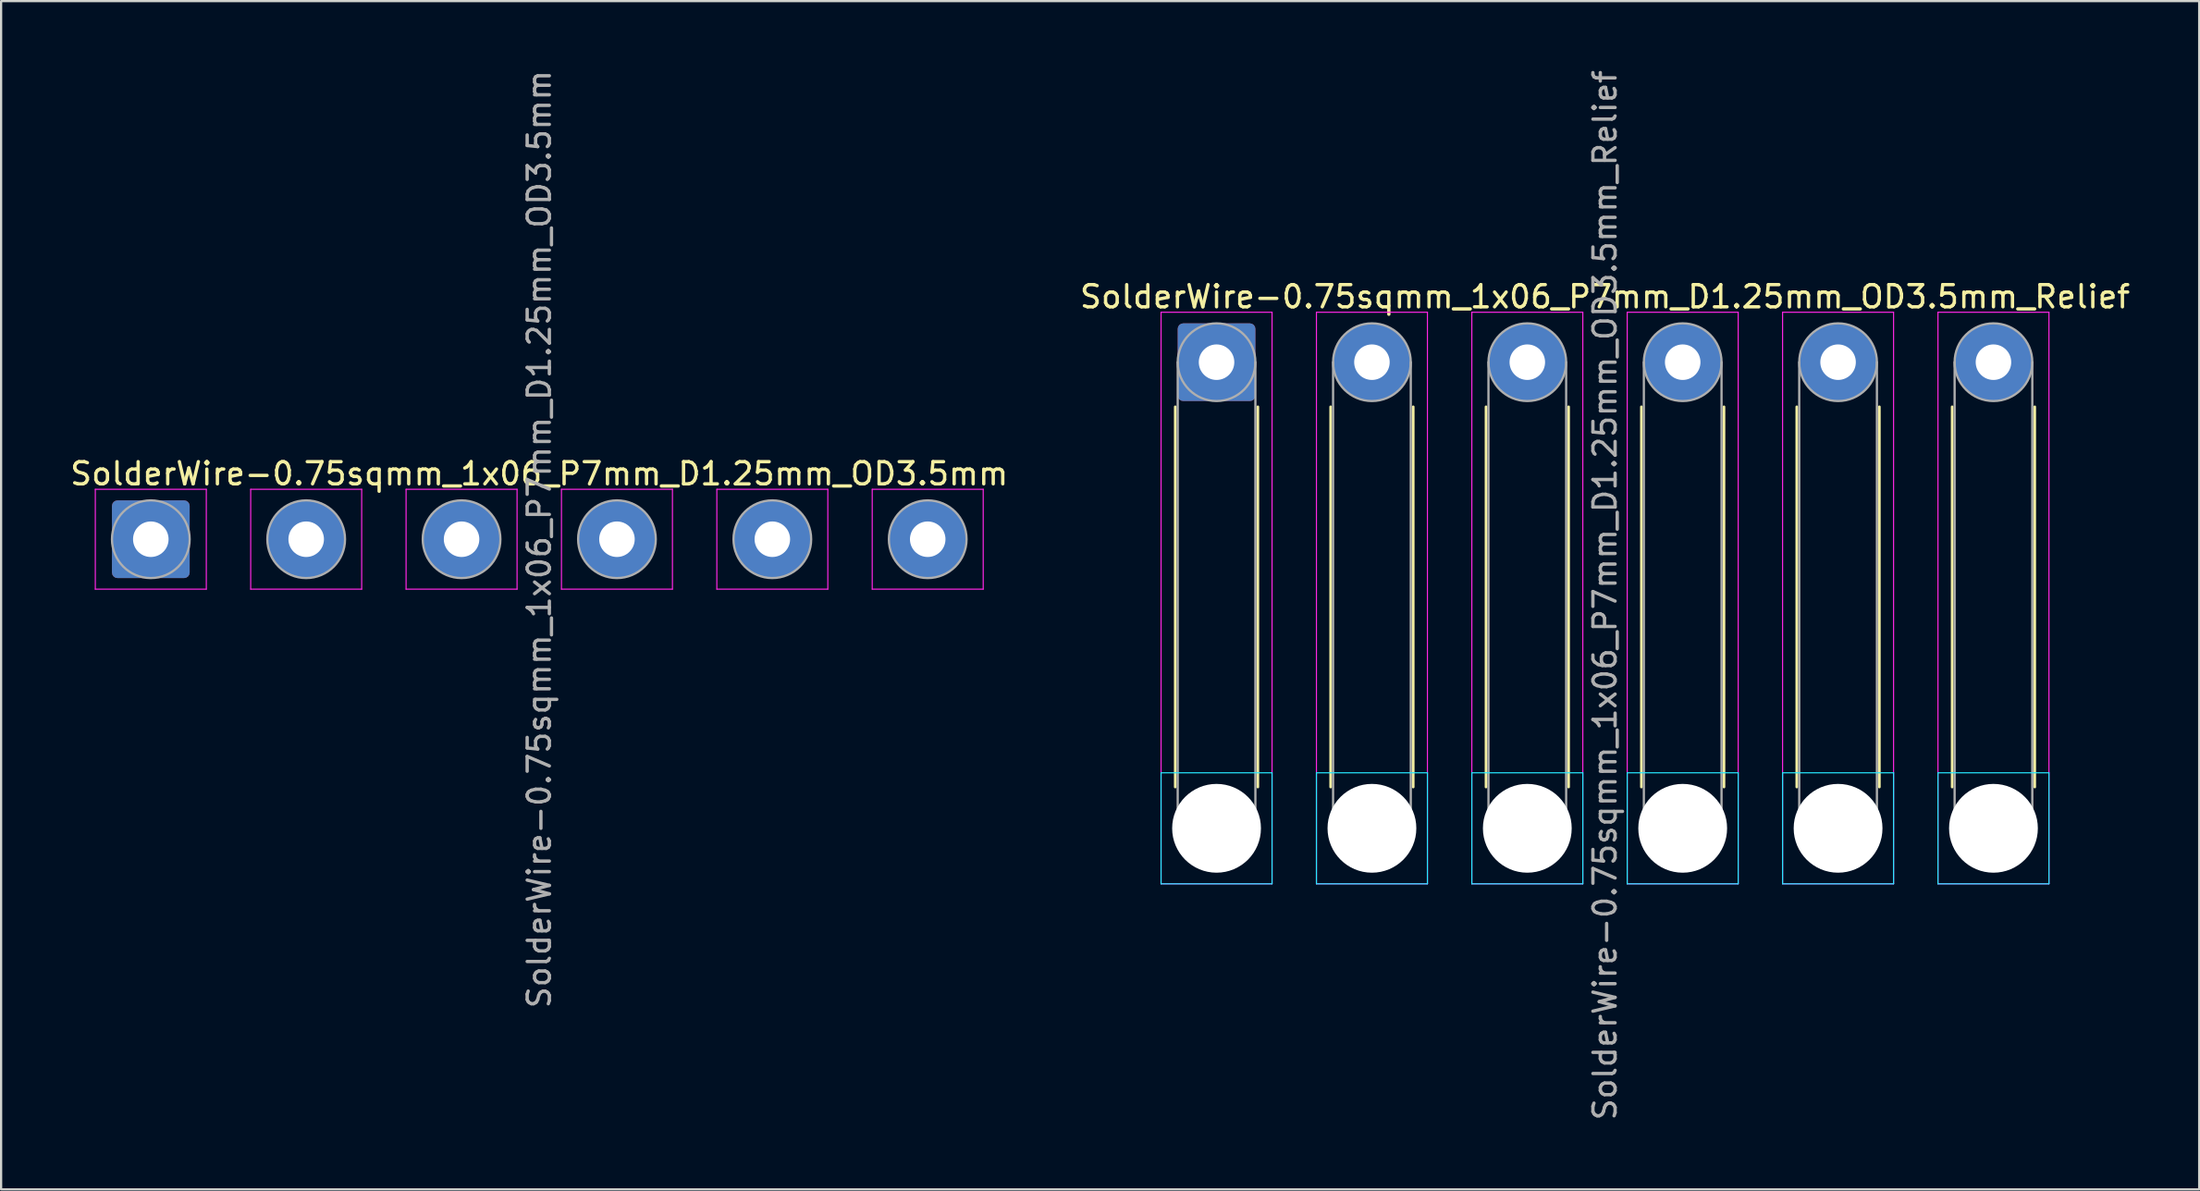
<source format=kicad_pcb>
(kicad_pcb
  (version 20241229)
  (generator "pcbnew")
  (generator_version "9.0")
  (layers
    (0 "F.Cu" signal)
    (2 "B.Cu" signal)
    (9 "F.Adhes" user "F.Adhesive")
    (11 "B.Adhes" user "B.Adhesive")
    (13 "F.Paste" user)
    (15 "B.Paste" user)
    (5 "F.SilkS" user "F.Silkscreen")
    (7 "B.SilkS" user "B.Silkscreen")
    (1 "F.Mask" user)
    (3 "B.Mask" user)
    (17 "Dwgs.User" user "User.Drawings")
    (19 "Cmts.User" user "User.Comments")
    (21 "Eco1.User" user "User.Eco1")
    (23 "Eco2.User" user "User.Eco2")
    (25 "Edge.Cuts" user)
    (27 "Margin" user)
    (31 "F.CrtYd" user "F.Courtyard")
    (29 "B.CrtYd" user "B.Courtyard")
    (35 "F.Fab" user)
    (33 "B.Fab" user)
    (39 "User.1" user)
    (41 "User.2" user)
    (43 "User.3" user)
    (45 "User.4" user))
  (footprint "SolderWire-0.75sqmm_1x06_P7mm_D1.25mm_OD3.5mm"
    (layer "F.Cu")
    (at 3.744 21.244)
    (property "Reference" "SolderWire-0.75sqmm_1x06_P7mm_D1.25mm_OD3.5mm" (at 17.5 -2.95 0) (layer "F.SilkS") (effects (font (size 1 1) (thickness 0.15))))
    (attr exclude_from_pos_files exclude_from_bom)
    (fp_line (start -2.5 -2.25) (end -2.5 2.25) (stroke (width 0.05) (type solid)) (layer "F.CrtYd"))
    (fp_line (start -2.5 2.25) (end 2.5 2.25) (stroke (width 0.05) (type solid)) (layer "F.CrtYd"))
    (fp_line (start 2.5 -2.25) (end -2.5 -2.25) (stroke (width 0.05) (type solid)) (layer "F.CrtYd"))
    (fp_line (start 2.5 2.25) (end 2.5 -2.25) (stroke (width 0.05) (type solid)) (layer "F.CrtYd"))
    (fp_line (start 4.5 -2.25) (end 4.5 2.25) (stroke (width 0.05) (type solid)) (layer "F.CrtYd"))
    (fp_line (start 4.5 2.25) (end 9.5 2.25) (stroke (width 0.05) (type solid)) (layer "F.CrtYd"))
    (fp_line (start 9.5 -2.25) (end 4.5 -2.25) (stroke (width 0.05) (type solid)) (layer "F.CrtYd"))
    (fp_line (start 9.5 2.25) (end 9.5 -2.25) (stroke (width 0.05) (type solid)) (layer "F.CrtYd"))
    (fp_line (start 11.5 -2.25) (end 11.5 2.25) (stroke (width 0.05) (type solid)) (layer "F.CrtYd"))
    (fp_line (start 11.5 2.25) (end 16.5 2.25) (stroke (width 0.05) (type solid)) (layer "F.CrtYd"))
    (fp_line (start 16.5 -2.25) (end 11.5 -2.25) (stroke (width 0.05) (type solid)) (layer "F.CrtYd"))
    (fp_line (start 16.5 2.25) (end 16.5 -2.25) (stroke (width 0.05) (type solid)) (layer "F.CrtYd"))
    (fp_line (start 18.5 -2.25) (end 18.5 2.25) (stroke (width 0.05) (type solid)) (layer "F.CrtYd"))
    (fp_line (start 18.5 2.25) (end 23.5 2.25) (stroke (width 0.05) (type solid)) (layer "F.CrtYd"))
    (fp_line (start 23.5 -2.25) (end 18.5 -2.25) (stroke (width 0.05) (type solid)) (layer "F.CrtYd"))
    (fp_line (start 23.5 2.25) (end 23.5 -2.25) (stroke (width 0.05) (type solid)) (layer "F.CrtYd"))
    (fp_line (start 25.5 -2.25) (end 25.5 2.25) (stroke (width 0.05) (type solid)) (layer "F.CrtYd"))
    (fp_line (start 25.5 2.25) (end 30.5 2.25) (stroke (width 0.05) (type solid)) (layer "F.CrtYd"))
    (fp_line (start 30.5 -2.25) (end 25.5 -2.25) (stroke (width 0.05) (type solid)) (layer "F.CrtYd"))
    (fp_line (start 30.5 2.25) (end 30.5 -2.25) (stroke (width 0.05) (type solid)) (layer "F.CrtYd"))
    (fp_line (start 32.5 -2.25) (end 32.5 2.25) (stroke (width 0.05) (type solid)) (layer "F.CrtYd"))
    (fp_line (start 32.5 2.25) (end 37.5 2.25) (stroke (width 0.05) (type solid)) (layer "F.CrtYd"))
    (fp_line (start 37.5 -2.25) (end 32.5 -2.25) (stroke (width 0.05) (type solid)) (layer "F.CrtYd"))
    (fp_line (start 37.5 2.25) (end 37.5 -2.25) (stroke (width 0.05) (type solid)) (layer "F.CrtYd"))
    (fp_circle (center 0 0) (end 1.75 0) (stroke (width 0.1) (type solid)) (fill no) (layer "F.Fab"))
    (fp_circle (center 7 0) (end 8.75 0) (stroke (width 0.1) (type solid)) (fill no) (layer "F.Fab"))
    (fp_circle (center 14 0) (end 15.75 0) (stroke (width 0.1) (type solid)) (fill no) (layer "F.Fab"))
    (fp_circle (center 21 0) (end 22.75 0) (stroke (width 0.1) (type solid)) (fill no) (layer "F.Fab"))
    (fp_circle (center 28 0) (end 29.75 0) (stroke (width 0.1) (type solid)) (fill no) (layer "F.Fab"))
    (fp_circle (center 35 0) (end 36.75 0) (stroke (width 0.1) (type solid)) (fill no) (layer "F.Fab"))
    (fp_text user "${REFERENCE}" (at 17.5 0 90) (layer "F.Fab") (effects (font (size 1 1) (thickness 0.15))))
    (pad "1" thru_hole roundrect (at 0 0) (size 3.5 3.5) (drill 1.6) (layers "*.Cu" "*.Mask") (roundrect_rratio 0.071))
    (pad "2" thru_hole circle (at 7 0) (size 3.5 3.5) (drill 1.6) (layers "*.Cu" "*.Mask"))
    (pad "3" thru_hole circle (at 14 0) (size 3.5 3.5) (drill 1.6) (layers "*.Cu" "*.Mask"))
    (pad "4" thru_hole circle (at 21 0) (size 3.5 3.5) (drill 1.6) (layers "*.Cu" "*.Mask"))
    (pad "5" thru_hole circle (at 28 0) (size 3.5 3.5) (drill 1.6) (layers "*.Cu" "*.Mask"))
    (pad "6" thru_hole circle (at 35 0) (size 3.5 3.5) (drill 1.6) (layers "*.Cu" "*.Mask")))
  (footprint "SolderWire-0.75sqmm_1x06_P7mm_D1.25mm_OD3.5mm_Relief"
    (layer "F.Cu")
    (at 51.756 13.268)
    (property "Reference" "SolderWire-0.75sqmm_1x06_P7mm_D1.25mm_OD3.5mm_Relief" (at 17.5 -2.95 0) (layer "F.SilkS") (effects (font (size 1 1) (thickness 0.15))))
    (attr exclude_from_pos_files exclude_from_bom)
    (fp_line (start -1.86 2.01) (end -1.86 19.14) (stroke (width 0.12) (type solid)) (layer "F.SilkS"))
    (fp_line (start 1.86 2.01) (end 1.86 19.14) (stroke (width 0.12) (type solid)) (layer "F.SilkS"))
    (fp_line (start 5.14 2.01) (end 5.14 19.14) (stroke (width 0.12) (type solid)) (layer "F.SilkS"))
    (fp_line (start 8.86 2.01) (end 8.86 19.14) (stroke (width 0.12) (type solid)) (layer "F.SilkS"))
    (fp_line (start 12.14 2.01) (end 12.14 19.14) (stroke (width 0.12) (type solid)) (layer "F.SilkS"))
    (fp_line (start 15.86 2.01) (end 15.86 19.14) (stroke (width 0.12) (type solid)) (layer "F.SilkS"))
    (fp_line (start 19.14 2.01) (end 19.14 19.14) (stroke (width 0.12) (type solid)) (layer "F.SilkS"))
    (fp_line (start 22.86 2.01) (end 22.86 19.14) (stroke (width 0.12) (type solid)) (layer "F.SilkS"))
    (fp_line (start 26.14 2.01) (end 26.14 19.14) (stroke (width 0.12) (type solid)) (layer "F.SilkS"))
    (fp_line (start 29.86 2.01) (end 29.86 19.14) (stroke (width 0.12) (type solid)) (layer "F.SilkS"))
    (fp_line (start 33.14 2.01) (end 33.14 19.14) (stroke (width 0.12) (type solid)) (layer "F.SilkS"))
    (fp_line (start 36.86 2.01) (end 36.86 19.14) (stroke (width 0.12) (type solid)) (layer "F.SilkS"))
    (fp_line (start -2.5 18.5) (end -2.5 23.5) (stroke (width 0.05) (type solid)) (layer "B.CrtYd"))
    (fp_line (start -2.5 23.5) (end 2.5 23.5) (stroke (width 0.05) (type solid)) (layer "B.CrtYd"))
    (fp_line (start 2.5 18.5) (end -2.5 18.5) (stroke (width 0.05) (type solid)) (layer "B.CrtYd"))
    (fp_line (start 2.5 23.5) (end 2.5 18.5) (stroke (width 0.05) (type solid)) (layer "B.CrtYd"))
    (fp_line (start 4.5 18.5) (end 4.5 23.5) (stroke (width 0.05) (type solid)) (layer "B.CrtYd"))
    (fp_line (start 4.5 23.5) (end 9.5 23.5) (stroke (width 0.05) (type solid)) (layer "B.CrtYd"))
    (fp_line (start 9.5 18.5) (end 4.5 18.5) (stroke (width 0.05) (type solid)) (layer "B.CrtYd"))
    (fp_line (start 9.5 23.5) (end 9.5 18.5) (stroke (width 0.05) (type solid)) (layer "B.CrtYd"))
    (fp_line (start 11.5 18.5) (end 11.5 23.5) (stroke (width 0.05) (type solid)) (layer "B.CrtYd"))
    (fp_line (start 11.5 23.5) (end 16.5 23.5) (stroke (width 0.05) (type solid)) (layer "B.CrtYd"))
    (fp_line (start 16.5 18.5) (end 11.5 18.5) (stroke (width 0.05) (type solid)) (layer "B.CrtYd"))
    (fp_line (start 16.5 23.5) (end 16.5 18.5) (stroke (width 0.05) (type solid)) (layer "B.CrtYd"))
    (fp_line (start 18.5 18.5) (end 18.5 23.5) (stroke (width 0.05) (type solid)) (layer "B.CrtYd"))
    (fp_line (start 18.5 23.5) (end 23.5 23.5) (stroke (width 0.05) (type solid)) (layer "B.CrtYd"))
    (fp_line (start 23.5 18.5) (end 18.5 18.5) (stroke (width 0.05) (type solid)) (layer "B.CrtYd"))
    (fp_line (start 23.5 23.5) (end 23.5 18.5) (stroke (width 0.05) (type solid)) (layer "B.CrtYd"))
    (fp_line (start 25.5 18.5) (end 25.5 23.5) (stroke (width 0.05) (type solid)) (layer "B.CrtYd"))
    (fp_line (start 25.5 23.5) (end 30.5 23.5) (stroke (width 0.05) (type solid)) (layer "B.CrtYd"))
    (fp_line (start 30.5 18.5) (end 25.5 18.5) (stroke (width 0.05) (type solid)) (layer "B.CrtYd"))
    (fp_line (start 30.5 23.5) (end 30.5 18.5) (stroke (width 0.05) (type solid)) (layer "B.CrtYd"))
    (fp_line (start 32.5 18.5) (end 32.5 23.5) (stroke (width 0.05) (type solid)) (layer "B.CrtYd"))
    (fp_line (start 32.5 23.5) (end 37.5 23.5) (stroke (width 0.05) (type solid)) (layer "B.CrtYd"))
    (fp_line (start 37.5 18.5) (end 32.5 18.5) (stroke (width 0.05) (type solid)) (layer "B.CrtYd"))
    (fp_line (start 37.5 23.5) (end 37.5 18.5) (stroke (width 0.05) (type solid)) (layer "B.CrtYd"))
    (fp_line (start -2.5 -2.25) (end -2.5 23.5) (stroke (width 0.05) (type solid)) (layer "F.CrtYd"))
    (fp_line (start -2.5 23.5) (end 2.5 23.5) (stroke (width 0.05) (type solid)) (layer "F.CrtYd"))
    (fp_line (start 2.5 -2.25) (end -2.5 -2.25) (stroke (width 0.05) (type solid)) (layer "F.CrtYd"))
    (fp_line (start 2.5 23.5) (end 2.5 -2.25) (stroke (width 0.05) (type solid)) (layer "F.CrtYd"))
    (fp_line (start 4.5 -2.25) (end 4.5 23.5) (stroke (width 0.05) (type solid)) (layer "F.CrtYd"))
    (fp_line (start 4.5 23.5) (end 9.5 23.5) (stroke (width 0.05) (type solid)) (layer "F.CrtYd"))
    (fp_line (start 9.5 -2.25) (end 4.5 -2.25) (stroke (width 0.05) (type solid)) (layer "F.CrtYd"))
    (fp_line (start 9.5 23.5) (end 9.5 -2.25) (stroke (width 0.05) (type solid)) (layer "F.CrtYd"))
    (fp_line (start 11.5 -2.25) (end 11.5 23.5) (stroke (width 0.05) (type solid)) (layer "F.CrtYd"))
    (fp_line (start 11.5 23.5) (end 16.5 23.5) (stroke (width 0.05) (type solid)) (layer "F.CrtYd"))
    (fp_line (start 16.5 -2.25) (end 11.5 -2.25) (stroke (width 0.05) (type solid)) (layer "F.CrtYd"))
    (fp_line (start 16.5 23.5) (end 16.5 -2.25) (stroke (width 0.05) (type solid)) (layer "F.CrtYd"))
    (fp_line (start 18.5 -2.25) (end 18.5 23.5) (stroke (width 0.05) (type solid)) (layer "F.CrtYd"))
    (fp_line (start 18.5 23.5) (end 23.5 23.5) (stroke (width 0.05) (type solid)) (layer "F.CrtYd"))
    (fp_line (start 23.5 -2.25) (end 18.5 -2.25) (stroke (width 0.05) (type solid)) (layer "F.CrtYd"))
    (fp_line (start 23.5 23.5) (end 23.5 -2.25) (stroke (width 0.05) (type solid)) (layer "F.CrtYd"))
    (fp_line (start 25.5 -2.25) (end 25.5 23.5) (stroke (width 0.05) (type solid)) (layer "F.CrtYd"))
    (fp_line (start 25.5 23.5) (end 30.5 23.5) (stroke (width 0.05) (type solid)) (layer "F.CrtYd"))
    (fp_line (start 30.5 -2.25) (end 25.5 -2.25) (stroke (width 0.05) (type solid)) (layer "F.CrtYd"))
    (fp_line (start 30.5 23.5) (end 30.5 -2.25) (stroke (width 0.05) (type solid)) (layer "F.CrtYd"))
    (fp_line (start 32.5 -2.25) (end 32.5 23.5) (stroke (width 0.05) (type solid)) (layer "F.CrtYd"))
    (fp_line (start 32.5 23.5) (end 37.5 23.5) (stroke (width 0.05) (type solid)) (layer "F.CrtYd"))
    (fp_line (start 37.5 -2.25) (end 32.5 -2.25) (stroke (width 0.05) (type solid)) (layer "F.CrtYd"))
    (fp_line (start 37.5 23.5) (end 37.5 -2.25) (stroke (width 0.05) (type solid)) (layer "F.CrtYd"))
    (fp_line (start -1.75 0) (end -1.75 21) (stroke (width 0.1) (type solid)) (layer "F.Fab"))
    (fp_line (start 1.75 0) (end 1.75 21) (stroke (width 0.1) (type solid)) (layer "F.Fab"))
    (fp_line (start 5.25 0) (end 5.25 21) (stroke (width 0.1) (type solid)) (layer "F.Fab"))
    (fp_line (start 8.75 0) (end 8.75 21) (stroke (width 0.1) (type solid)) (layer "F.Fab"))
    (fp_line (start 12.25 0) (end 12.25 21) (stroke (width 0.1) (type solid)) (layer "F.Fab"))
    (fp_line (start 15.75 0) (end 15.75 21) (stroke (width 0.1) (type solid)) (layer "F.Fab"))
    (fp_line (start 19.25 0) (end 19.25 21) (stroke (width 0.1) (type solid)) (layer "F.Fab"))
    (fp_line (start 22.75 0) (end 22.75 21) (stroke (width 0.1) (type solid)) (layer "F.Fab"))
    (fp_line (start 26.25 0) (end 26.25 21) (stroke (width 0.1) (type solid)) (layer "F.Fab"))
    (fp_line (start 29.75 0) (end 29.75 21) (stroke (width 0.1) (type solid)) (layer "F.Fab"))
    (fp_line (start 33.25 0) (end 33.25 21) (stroke (width 0.1) (type solid)) (layer "F.Fab"))
    (fp_line (start 36.75 0) (end 36.75 21) (stroke (width 0.1) (type solid)) (layer "F.Fab"))
    (fp_circle (center 0 0) (end 1.75 0) (stroke (width 0.1) (type solid)) (fill no) (layer "F.Fab"))
    (fp_circle (center 0 21) (end 1.75 21) (stroke (width 0.1) (type solid)) (fill no) (layer "F.Fab"))
    (fp_circle (center 7 0) (end 8.75 0) (stroke (width 0.1) (type solid)) (fill no) (layer "F.Fab"))
    (fp_circle (center 7 21) (end 8.75 21) (stroke (width 0.1) (type solid)) (fill no) (layer "F.Fab"))
    (fp_circle (center 14 0) (end 15.75 0) (stroke (width 0.1) (type solid)) (fill no) (layer "F.Fab"))
    (fp_circle (center 14 21) (end 15.75 21) (stroke (width 0.1) (type solid)) (fill no) (layer "F.Fab"))
    (fp_circle (center 21 0) (end 22.75 0) (stroke (width 0.1) (type solid)) (fill no) (layer "F.Fab"))
    (fp_circle (center 21 21) (end 22.75 21) (stroke (width 0.1) (type solid)) (fill no) (layer "F.Fab"))
    (fp_circle (center 28 0) (end 29.75 0) (stroke (width 0.1) (type solid)) (fill no) (layer "F.Fab"))
    (fp_circle (center 28 21) (end 29.75 21) (stroke (width 0.1) (type solid)) (fill no) (layer "F.Fab"))
    (fp_circle (center 35 0) (end 36.75 0) (stroke (width 0.1) (type solid)) (fill no) (layer "F.Fab"))
    (fp_circle (center 35 21) (end 36.75 21) (stroke (width 0.1) (type solid)) (fill no) (layer "F.Fab"))
    (fp_text user "${REFERENCE}" (at 17.5 10.5 90) (layer "F.Fab") (effects (font (size 1 1) (thickness 0.15))))
    (pad "" np_thru_hole circle (at 0 21) (size 4 4) (drill 4) (layers "*.Cu" "*.Mask"))
    (pad "" np_thru_hole circle (at 7 21) (size 4 4) (drill 4) (layers "*.Cu" "*.Mask"))
    (pad "" np_thru_hole circle (at 14 21) (size 4 4) (drill 4) (layers "*.Cu" "*.Mask"))
    (pad "" np_thru_hole circle (at 21 21) (size 4 4) (drill 4) (layers "*.Cu" "*.Mask"))
    (pad "" np_thru_hole circle (at 28 21) (size 4 4) (drill 4) (layers "*.Cu" "*.Mask"))
    (pad "" np_thru_hole circle (at 35 21) (size 4 4) (drill 4) (layers "*.Cu" "*.Mask"))
    (pad "1" thru_hole roundrect (at 0 0) (size 3.5 3.5) (drill 1.6) (layers "*.Cu" "*.Mask") (roundrect_rratio 0.071))
    (pad "2" thru_hole circle (at 7 0) (size 3.5 3.5) (drill 1.6) (layers "*.Cu" "*.Mask"))
    (pad "3" thru_hole circle (at 14 0) (size 3.5 3.5) (drill 1.6) (layers "*.Cu" "*.Mask"))
    (pad "4" thru_hole circle (at 21 0) (size 3.5 3.5) (drill 1.6) (layers "*.Cu" "*.Mask"))
    (pad "5" thru_hole circle (at 28 0) (size 3.5 3.5) (drill 1.6) (layers "*.Cu" "*.Mask"))
    (pad "6" thru_hole circle (at 35 0) (size 3.5 3.5) (drill 1.6) (layers "*.Cu" "*.Mask")))
  (gr_rect
    (start -3 -3)
    (end 96.024 50.536)
    (stroke (width 0.1) (type default))
    (fill no)
    (layer "Edge.Cuts")))
</source>
